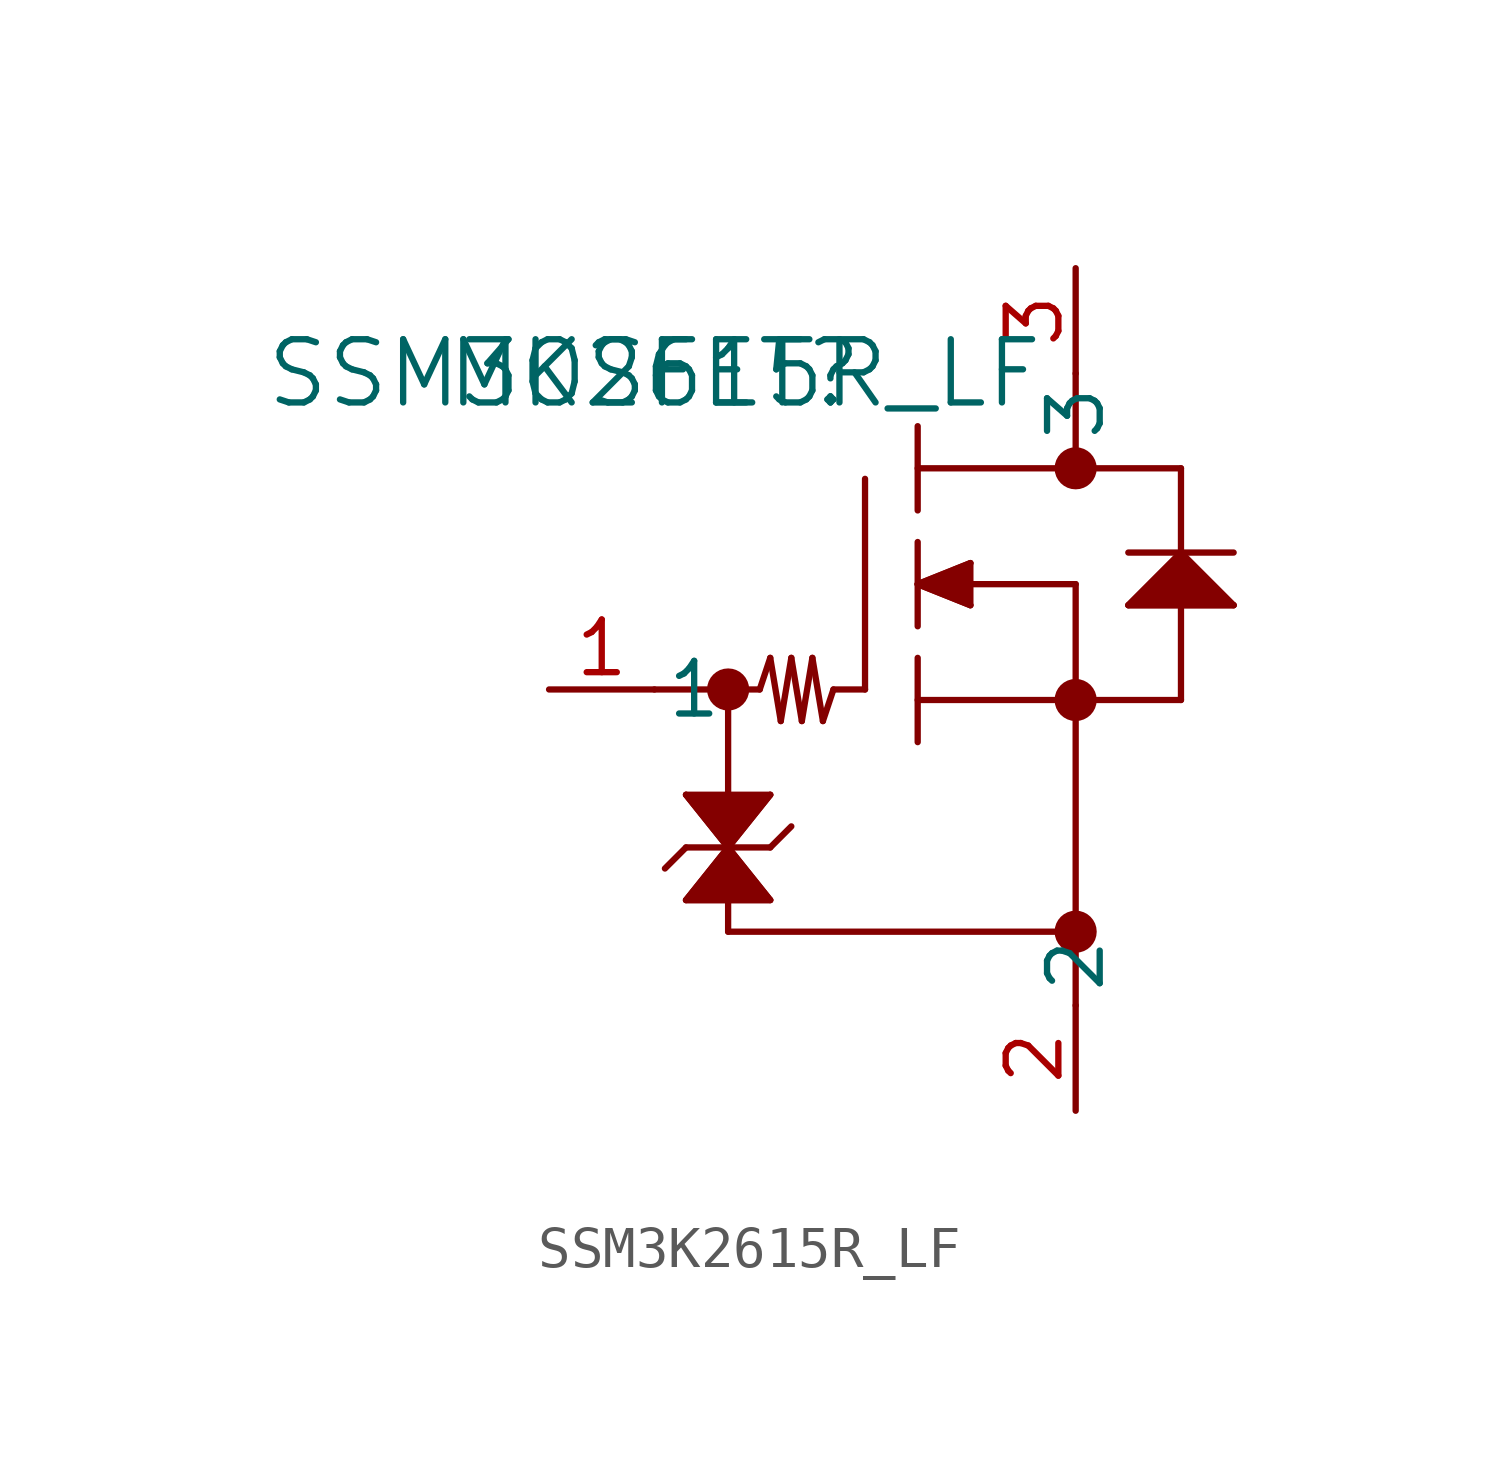
<source format=kicad_sym>
(kicad_symbol_lib
  (version 20241209)
  (generator "kicad_symbol_editor")
  (generator_version "9.0")
  (symbol "SSM3K2615R_LF"
    (pin_names
      (offset 0.254))
    (property "Reference" "MOSFET"
      (at 0 0 0)
      (effects (font (size 1.524 1.524))))
    (property "Value" "SSM3K2615R_LF"
      (at 0 0 0)
      (effects (font (size 1.524 1.524))))
    (property "ki_locked" ""
      (at 0 0 0)
      (effects (font (size 1.27 1.27))))
    (symbol "SSM3K2615R_LF_0_1"
      (polyline (pts (xy 0 -7.62) (xy 2.54 -7.62)) (stroke (width 0.152) (type default)) (fill (type none)))
      (polyline (pts (xy 0.762 -10.16) (xy 1.778 -11.43)) (stroke (width 0.152) (type default)) (fill (type none)))
      (polyline (pts (xy 0.762 -10.16) (xy 1.778 -11.43) (xy 0.762 -12.7) (xy 2.794 -12.7) (xy 1.778 -11.43) (xy 2.794 -10.16)) (stroke (width 0) (type default)) (fill (type outline)))
      (polyline (pts (xy 0.762 -11.43) (xy 0.254 -11.938)) (stroke (width 0.152) (type default)) (fill (type none)))
      (polyline (pts (xy 0.762 -11.43) (xy 2.794 -11.43)) (stroke (width 0.152) (type default)) (fill (type none)))
      (polyline (pts (xy 0.762 -12.7) (xy 2.794 -12.7)) (stroke (width 0.152) (type default)) (fill (type none)))
      (polyline (pts (xy 1.778 -7.62) (xy 1.778 -10.16)) (stroke (width 0.152) (type default)) (fill (type none)))
      (circle (center 1.778 -7.62) (radius 0.254) (stroke (width 0.508) (type default)) (fill (type none)))
      (polyline (pts (xy 1.778 -11.43) (xy 0.762 -12.7)) (stroke (width 0.152) (type default)) (fill (type none)))
      (polyline (pts (xy 1.778 -11.43) (xy 2.794 -10.16)) (stroke (width 0.152) (type default)) (fill (type none)))
      (polyline (pts (xy 1.778 -12.7) (xy 1.778 -13.462)) (stroke (width 0.152) (type default)) (fill (type none)))
      (polyline (pts (xy 1.778 -13.462) (xy 10.16 -13.462)) (stroke (width 0.152) (type default)) (fill (type none)))
      (polyline (pts (xy 2.794 -6.858) (xy 2.54 -7.62)) (stroke (width 0.152) (type default)) (fill (type none)))
      (polyline (pts (xy 2.794 -10.16) (xy 0.762 -10.16)) (stroke (width 0.152) (type default)) (fill (type none)))
      (polyline (pts (xy 2.794 -11.43) (xy 3.302 -10.922)) (stroke (width 0.152) (type default)) (fill (type none)))
      (polyline (pts (xy 2.794 -12.7) (xy 1.778 -11.43)) (stroke (width 0.152) (type default)) (fill (type none)))
      (polyline (pts (xy 3.048 -8.382) (xy 2.794 -6.858)) (stroke (width 0.152) (type default)) (fill (type none)))
      (polyline (pts (xy 3.302 -6.858) (xy 3.048 -8.382)) (stroke (width 0.152) (type default)) (fill (type none)))
      (polyline (pts (xy 3.556 -8.382) (xy 3.302 -6.858)) (stroke (width 0.152) (type default)) (fill (type none)))
      (polyline (pts (xy 3.81 -6.858) (xy 3.556 -8.382)) (stroke (width 0.152) (type default)) (fill (type none)))
      (polyline (pts (xy 4.064 -8.382) (xy 3.81 -6.858)) (stroke (width 0.152) (type default)) (fill (type none)))
      (polyline (pts (xy 4.318 -7.62) (xy 4.064 -8.382)) (stroke (width 0.152) (type default)) (fill (type none)))
      (polyline (pts (xy 5.08 -7.62) (xy 4.318 -7.62)) (stroke (width 0.152) (type default)) (fill (type none)))
      (polyline (pts (xy 5.08 -7.62) (xy 5.08 -2.54)) (stroke (width 0.152) (type default)) (fill (type none)))
      (polyline (pts (xy 6.35 -3.302) (xy 6.35 -1.27)) (stroke (width 0.152) (type default)) (fill (type none)))
      (polyline (pts (xy 6.35 -5.08) (xy 7.62 -4.572)) (stroke (width 0.152) (type default)) (fill (type none)))
      (polyline (pts (xy 6.35 -6.096) (xy 6.35 -4.064)) (stroke (width 0.152) (type default)) (fill (type none)))
      (polyline (pts (xy 6.35 -7.874) (xy 12.7 -7.874)) (stroke (width 0.152) (type default)) (fill (type none)))
      (polyline (pts (xy 6.35 -8.89) (xy 6.35 -6.858)) (stroke (width 0.152) (type default)) (fill (type none)))
      (polyline (pts (xy 7.62 -4.572) (xy 7.62 -5.588)) (stroke (width 0.152) (type default)) (fill (type none)))
      (polyline (pts (xy 7.62 -4.572) (xy 6.35 -5.08) (xy 7.62 -5.588)) (stroke (width 0) (type default)) (fill (type outline)))
      (polyline (pts (xy 7.62 -5.08) (xy 10.16 -5.08)) (stroke (width 0.152) (type default)) (fill (type none)))
      (polyline (pts (xy 7.62 -5.588) (xy 6.35 -5.08)) (stroke (width 0.152) (type default)) (fill (type none)))
      (polyline (pts (xy 10.16 0) (xy 10.16 -2.286)) (stroke (width 0.152) (type default)) (fill (type none)))
      (circle (center 10.16 -2.286) (radius 0.254) (stroke (width 0.508) (type default)) (fill (type none)))
      (polyline (pts (xy 10.16 -5.08) (xy 10.16 -15.24)) (stroke (width 0.152) (type default)) (fill (type none)))
      (circle (center 10.16 -7.874) (radius 0.254) (stroke (width 0.508) (type default)) (fill (type none)))
      (circle (center 10.16 -13.462) (radius 0.254) (stroke (width 0.508) (type default)) (fill (type none)))
      (polyline (pts (xy 11.43 -4.318) (xy 13.97 -4.318)) (stroke (width 0.152) (type default)) (fill (type none)))
      (polyline (pts (xy 11.43 -5.588) (xy 13.97 -5.588)) (stroke (width 0.152) (type default)) (fill (type none)))
      (polyline (pts (xy 12.7 -2.286) (xy 6.35 -2.286)) (stroke (width 0.152) (type default)) (fill (type none)))
      (polyline (pts (xy 12.7 -4.318) (xy 11.43 -5.588)) (stroke (width 0.152) (type default)) (fill (type none)))
      (polyline (pts (xy 12.7 -4.318) (xy 12.7 -2.286)) (stroke (width 0.152) (type default)) (fill (type none)))
      (polyline (pts (xy 12.7 -4.318) (xy 11.43 -5.588) (xy 13.97 -5.588)) (stroke (width 0) (type default)) (fill (type outline)))
      (polyline (pts (xy 12.7 -7.874) (xy 12.7 -5.588)) (stroke (width 0.152) (type default)) (fill (type none)))
      (polyline (pts (xy 13.97 -5.588) (xy 12.7 -4.318)) (stroke (width 0.152) (type default)) (fill (type none)))
      (pin unspecified line (at -2.54 -7.62 0) (length 2.54) (name "1" (effects (font (size 1.27 1.27)))) (number "1" (effects (font (size 1.27 1.27)))))
      (pin unspecified line (at 10.16 2.54 270) (length 2.54) (name "3" (effects (font (size 1.27 1.27)))) (number "3" (effects (font (size 1.27 1.27)))))
      (pin unspecified line (at 10.16 -17.78 90) (length 2.54) (name "2" (effects (font (size 1.27 1.27)))) (number "2" (effects (font (size 1.27 1.27))))))))
</source>
